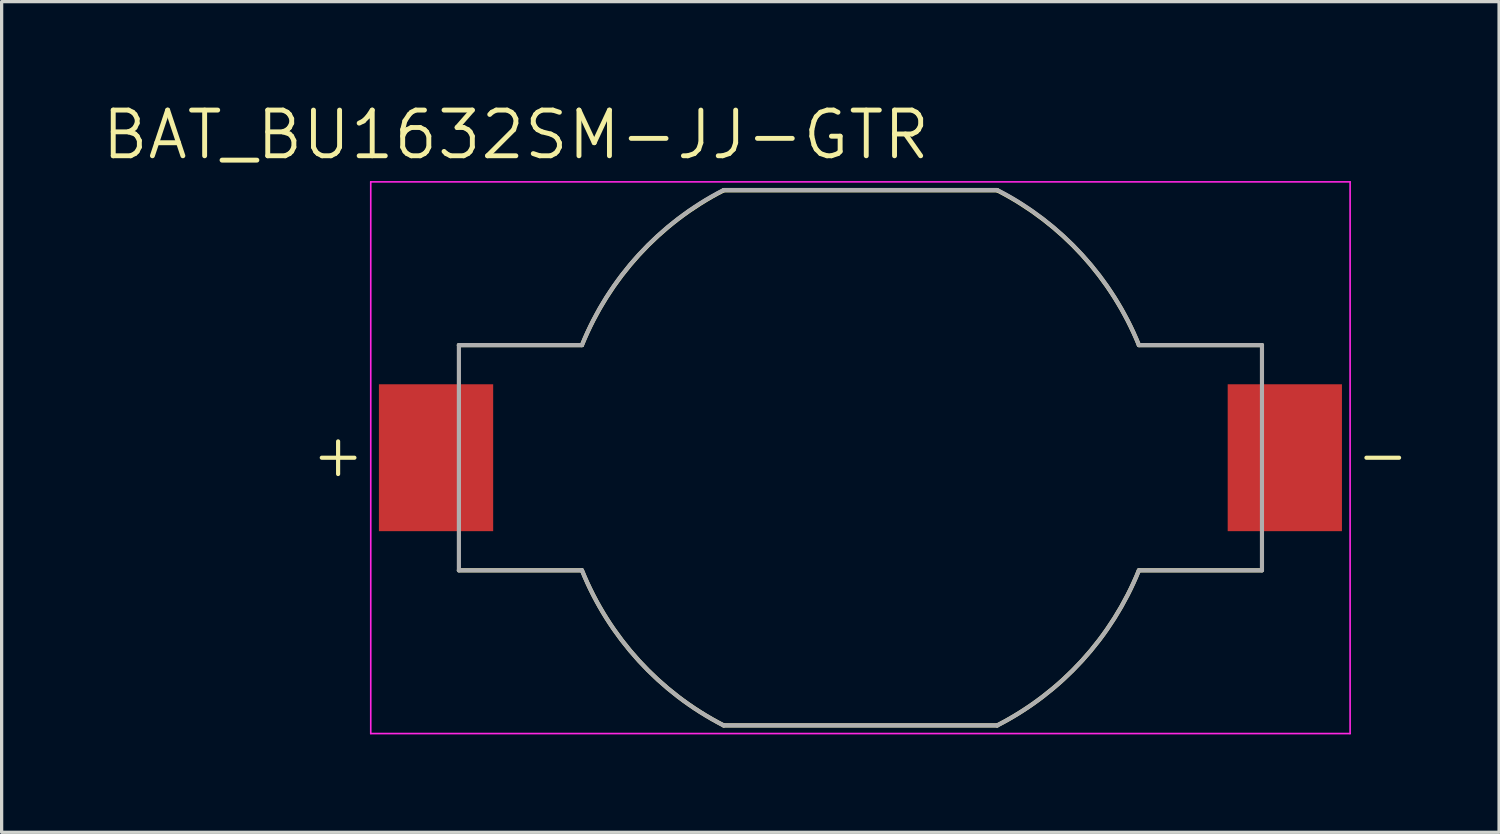
<source format=kicad_pcb>
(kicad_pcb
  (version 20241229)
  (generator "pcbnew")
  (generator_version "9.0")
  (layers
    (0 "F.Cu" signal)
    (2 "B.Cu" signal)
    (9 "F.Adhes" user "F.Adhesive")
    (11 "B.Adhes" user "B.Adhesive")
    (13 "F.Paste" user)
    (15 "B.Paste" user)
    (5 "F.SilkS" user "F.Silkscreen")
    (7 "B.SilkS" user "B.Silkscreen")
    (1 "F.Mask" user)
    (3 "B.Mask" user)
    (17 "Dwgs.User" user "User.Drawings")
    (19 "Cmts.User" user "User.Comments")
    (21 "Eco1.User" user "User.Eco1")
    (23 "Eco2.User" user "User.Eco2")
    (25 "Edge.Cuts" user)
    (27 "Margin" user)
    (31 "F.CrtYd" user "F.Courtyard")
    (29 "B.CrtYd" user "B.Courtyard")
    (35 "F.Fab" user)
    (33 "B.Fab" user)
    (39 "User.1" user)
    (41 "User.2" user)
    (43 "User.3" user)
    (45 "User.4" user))
  (footprint "BAT_BU1632SM-JJ-GTR"
    (layer "F.Cu")
    (at 23.307 10.971)
    (property "Reference" "BAT_BU1632SM-JJ-GTR" (at -10.555 -9.889 0) (layer "F.SilkS") (effects (font (size 1.4 1.4) (thickness 0.15))))
    (attr smd)
    (fp_line (start -16.5 0) (end -15.5 0) (stroke (width 0.127) (type solid)) (layer "F.SilkS"))
    (fp_line (start -16 -0.5) (end -16 0.5) (stroke (width 0.127) (type solid)) (layer "F.SilkS"))
    (fp_line (start -12.3 3.45) (end -8.53 3.45) (stroke (width 0.127) (type solid)) (layer "F.SilkS"))
    (fp_line (start -8.53 -3.45) (end -12.3 -3.45) (stroke (width 0.127) (type solid)) (layer "F.SilkS"))
    (fp_line (start -4.19 -8.19) (end 4.19 -8.19) (stroke (width 0.127) (type solid)) (layer "F.SilkS"))
    (fp_line (start 4.19 8.2) (end -4.19 8.2) (stroke (width 0.127) (type solid)) (layer "F.SilkS"))
    (fp_line (start 8.53 3.45) (end 12.3 3.45) (stroke (width 0.127) (type solid)) (layer "F.SilkS"))
    (fp_line (start 12.3 -3.45) (end 8.53 -3.45) (stroke (width 0.127) (type solid)) (layer "F.SilkS"))
    (fp_line (start 15.5 0) (end 16.5 0) (stroke (width 0.127) (type solid)) (layer "F.SilkS"))
    (fp_arc (start -8.53 -3.45) (mid -6.787284 -6.211227) (end -4.19 -8.19) (stroke (width 0.127) (type solid)) (layer "F.SilkS"))
    (fp_arc (start -4.19 8.2) (mid -6.788186 6.216227) (end -8.53 3.45) (stroke (width 0.127) (type solid)) (layer "F.SilkS"))
    (fp_arc (start 4.19 -8.19) (mid 6.787284 -6.211227) (end 8.53 -3.45) (stroke (width 0.127) (type solid)) (layer "F.SilkS"))
    (fp_arc (start 8.53 3.45) (mid 6.788186 6.216227) (end 4.19 8.2) (stroke (width 0.127) (type solid)) (layer "F.SilkS"))
    (fp_line (start -15 -8.45) (end -15 8.45) (stroke (width 0.05) (type solid)) (layer "F.CrtYd"))
    (fp_line (start -15 8.45) (end 15 8.45) (stroke (width 0.05) (type solid)) (layer "F.CrtYd"))
    (fp_line (start 15 -8.45) (end -15 -8.45) (stroke (width 0.05) (type solid)) (layer "F.CrtYd"))
    (fp_line (start 15 8.45) (end 15 -8.45) (stroke (width 0.05) (type solid)) (layer "F.CrtYd"))
    (fp_line (start -12.3 -3.45) (end -12.3 3.45) (stroke (width 0.127) (type solid)) (layer "F.Fab"))
    (fp_line (start -12.3 3.45) (end -8.53 3.45) (stroke (width 0.127) (type solid)) (layer "F.Fab"))
    (fp_line (start -8.53 -3.45) (end -12.3 -3.45) (stroke (width 0.127) (type solid)) (layer "F.Fab"))
    (fp_line (start -4.19 -8.2) (end 4.19 -8.2) (stroke (width 0.127) (type solid)) (layer "F.Fab"))
    (fp_line (start 4.19 8.2) (end -4.19 8.2) (stroke (width 0.127) (type solid)) (layer "F.Fab"))
    (fp_line (start 8.53 3.45) (end 12.3 3.45) (stroke (width 0.127) (type solid)) (layer "F.Fab"))
    (fp_line (start 12.3 -3.45) (end 8.53 -3.45) (stroke (width 0.127) (type solid)) (layer "F.Fab"))
    (fp_line (start 12.3 3.45) (end 12.3 -3.45) (stroke (width 0.127) (type solid)) (layer "F.Fab"))
    (fp_arc (start -8.53 -3.45) (mid -6.788186 -6.216227) (end -4.19 -8.2) (stroke (width 0.127) (type solid)) (layer "F.Fab"))
    (fp_arc (start -4.19 8.2) (mid -6.788186 6.216227) (end -8.53 3.45) (stroke (width 0.127) (type solid)) (layer "F.Fab"))
    (fp_arc (start 4.19 -8.2) (mid 6.788186 -6.216227) (end 8.53 -3.45) (stroke (width 0.127) (type solid)) (layer "F.Fab"))
    (fp_arc (start 8.53 3.45) (mid 6.788186 6.216227) (end 4.19 8.2) (stroke (width 0.127) (type solid)) (layer "F.Fab"))
    (pad "+" smd rect (at -13 0) (size 3.5 4.5) (layers "F.Cu" "F.Mask" "F.Paste"))
    (pad "-" smd rect (at 13 0) (size 3.5 4.5) (layers "F.Cu" "F.Mask" "F.Paste")))
  (gr_rect
    (start -3 -3)
    (end 42.87 22.446)
    (stroke (width 0.1) (type default))
    (fill no)
    (layer "Edge.Cuts")))
</source>
